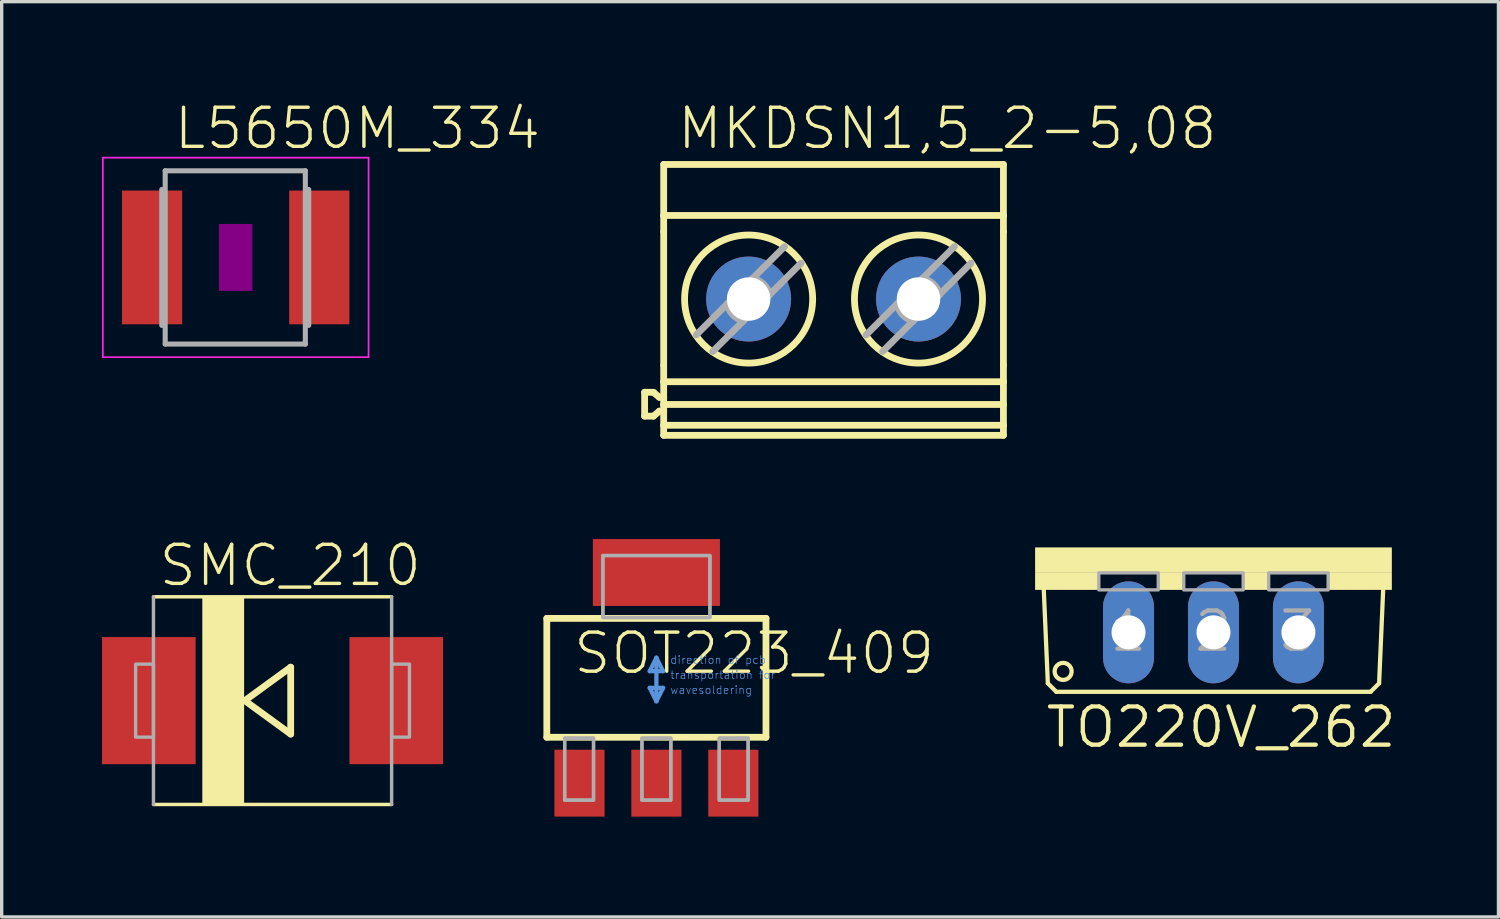
<source format=kicad_pcb>
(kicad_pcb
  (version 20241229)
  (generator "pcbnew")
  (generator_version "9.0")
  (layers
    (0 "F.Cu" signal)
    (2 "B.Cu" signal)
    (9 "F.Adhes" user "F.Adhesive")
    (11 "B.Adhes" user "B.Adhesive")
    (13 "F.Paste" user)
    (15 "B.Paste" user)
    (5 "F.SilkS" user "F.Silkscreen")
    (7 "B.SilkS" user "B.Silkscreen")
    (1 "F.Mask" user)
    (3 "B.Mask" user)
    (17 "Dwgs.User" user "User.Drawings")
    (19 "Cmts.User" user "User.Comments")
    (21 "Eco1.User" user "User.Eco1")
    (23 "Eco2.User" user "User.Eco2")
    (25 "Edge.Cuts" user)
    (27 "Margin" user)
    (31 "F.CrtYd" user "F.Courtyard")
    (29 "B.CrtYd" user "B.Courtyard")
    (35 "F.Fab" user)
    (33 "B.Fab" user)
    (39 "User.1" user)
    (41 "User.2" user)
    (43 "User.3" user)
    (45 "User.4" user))
  (footprint "L5650M_334"
    (layer "F.Cu")
    (at 3.998 4.648)
    (property "Reference" "L5650M_334" (at -1.905 -3.175 0) (unlocked yes) (layer "F.SilkS") (effects (font (size 1.168 1.168) (thickness 0.102)) (justify left bottom)))
    (fp_poly (pts (xy -0.5 1) (xy 0.5 1) (xy 0.5 -1) (xy -0.5 -1)) (stroke (width 0) (type default)) (fill yes) (layer "F.Adhes"))
    (fp_line (start -3.973 -2.983) (end 3.973 -2.983) (stroke (width 0.051) (type solid)) (layer "F.CrtYd"))
    (fp_line (start -3.973 2.983) (end -3.973 -2.983) (stroke (width 0.051) (type solid)) (layer "F.CrtYd"))
    (fp_line (start 3.973 -2.983) (end 3.973 2.983) (stroke (width 0.051) (type solid)) (layer "F.CrtYd"))
    (fp_line (start 3.973 2.983) (end -3.973 2.983) (stroke (width 0.051) (type solid)) (layer "F.CrtYd"))
    (fp_line (start -2.21 -2.032) (end -2.21 2.032) (stroke (width 0.152) (type solid)) (layer "F.Fab"))
    (fp_line (start -2.108 -2.591) (end -2.108 2.591) (stroke (width 0.152) (type solid)) (layer "F.Fab"))
    (fp_line (start -2.108 2.591) (end 2.083 2.591) (stroke (width 0.152) (type solid)) (layer "F.Fab"))
    (fp_line (start 2.083 -2.591) (end -2.108 -2.591) (stroke (width 0.152) (type solid)) (layer "F.Fab"))
    (fp_line (start 2.083 -2.591) (end 2.083 2.591) (stroke (width 0.152) (type solid)) (layer "F.Fab"))
    (fp_line (start 2.184 -2.032) (end 2.184 2.032) (stroke (width 0.152) (type solid)) (layer "F.Fab"))
    (pad "1" smd rect (at -2.5 0) (size 1.8 4) (layers "F.Cu" "F.Mask" "F.Paste"))
    (pad "2" smd rect (at 2.5 0) (size 1.8 4) (layers "F.Cu" "F.Mask" "F.Paste")))
  (footprint "MKDSN1,5_2-5,08"
    (layer "F.Cu")
    (at 21.898 5.918)
    (property "Reference" "MKDSN1,5_2-5,08" (at -4.751 -4.445 0) (unlocked yes) (layer "F.SilkS") (effects (font (size 1.168 1.168) (thickness 0.102)) (justify left bottom)))
    (fp_line (start -5.671 2.763) (end -5.671 3.477) (stroke (width 0.203) (type solid)) (layer "F.SilkS"))
    (fp_line (start -5.671 2.763) (end -5.408 2.763) (stroke (width 0.203) (type solid)) (layer "F.SilkS"))
    (fp_line (start -5.671 3.477) (end -5.408 3.477) (stroke (width 0.203) (type solid)) (layer "F.SilkS"))
    (fp_line (start -5.408 2.763) (end -5.23 2.913) (stroke (width 0.203) (type solid)) (layer "F.SilkS"))
    (fp_line (start -5.23 2.913) (end -5.101 2.913) (stroke (width 0.203) (type solid)) (layer "F.SilkS"))
    (fp_line (start -5.23 3.327) (end -5.408 3.477) (stroke (width 0.203) (type solid)) (layer "F.SilkS"))
    (fp_line (start -5.101 -4.05) (end 5.059 -4.05) (stroke (width 0.203) (type solid)) (layer "F.SilkS"))
    (fp_line (start -5.101 -2.524) (end -5.101 -4.05) (stroke (width 0.203) (type solid)) (layer "F.SilkS"))
    (fp_line (start -5.101 -2.524) (end -5.101 -2.041) (stroke (width 0.203) (type solid)) (layer "F.SilkS"))
    (fp_line (start -5.101 -2.524) (end 5.059 -2.524) (stroke (width 0.203) (type solid)) (layer "F.SilkS"))
    (fp_line (start -5.101 1.956) (end -5.101 -2.041) (stroke (width 0.203) (type solid)) (layer "F.SilkS"))
    (fp_line (start -5.101 1.956) (end -5.101 2.448) (stroke (width 0.203) (type solid)) (layer "F.SilkS"))
    (fp_line (start -5.101 2.913) (end -5.101 2.448) (stroke (width 0.203) (type solid)) (layer "F.SilkS"))
    (fp_line (start -5.101 3.128) (end -5.101 2.913) (stroke (width 0.203) (type solid)) (layer "F.SilkS"))
    (fp_line (start -5.101 3.128) (end 5.059 3.128) (stroke (width 0.203) (type solid)) (layer "F.SilkS"))
    (fp_line (start -5.101 3.327) (end -5.23 3.327) (stroke (width 0.203) (type solid)) (layer "F.SilkS"))
    (fp_line (start -5.101 3.327) (end -5.101 3.128) (stroke (width 0.203) (type solid)) (layer "F.SilkS"))
    (fp_line (start -5.101 3.75) (end -5.101 3.327) (stroke (width 0.203) (type solid)) (layer "F.SilkS"))
    (fp_line (start -5.101 3.75) (end -5.101 4.05) (stroke (width 0.203) (type solid)) (layer "F.SilkS"))
    (fp_line (start -5.101 4.05) (end 5.059 4.05) (stroke (width 0.203) (type solid)) (layer "F.SilkS"))
    (fp_line (start 5.059 -2.524) (end 5.059 -4.05) (stroke (width 0.203) (type solid)) (layer "F.SilkS"))
    (fp_line (start 5.059 -2.524) (end 5.059 -2.041) (stroke (width 0.203) (type solid)) (layer "F.SilkS"))
    (fp_line (start 5.059 1.956) (end 5.059 -2.041) (stroke (width 0.203) (type solid)) (layer "F.SilkS"))
    (fp_line (start 5.059 1.956) (end 5.059 2.448) (stroke (width 0.203) (type solid)) (layer "F.SilkS"))
    (fp_line (start 5.059 2.448) (end -5.101 2.448) (stroke (width 0.203) (type solid)) (layer "F.SilkS"))
    (fp_line (start 5.059 3.128) (end 5.059 2.448) (stroke (width 0.203) (type solid)) (layer "F.SilkS"))
    (fp_line (start 5.059 3.75) (end -5.101 3.75) (stroke (width 0.203) (type solid)) (layer "F.SilkS"))
    (fp_line (start 5.059 3.75) (end 5.059 3.128) (stroke (width 0.203) (type solid)) (layer "F.SilkS"))
    (fp_line (start 5.059 3.75) (end 5.059 4.05) (stroke (width 0.203) (type solid)) (layer "F.SilkS"))
    (fp_circle (center -2.561 -0.025) (end -0.646 -0.025) (stroke (width 0.203) (type solid)) (fill no) (layer "F.SilkS"))
    (fp_circle (center 2.519 -0.025) (end 4.434 -0.025) (stroke (width 0.203) (type solid)) (fill no) (layer "F.SilkS"))
    (fp_line (start -4.129 1.048) (end -3.2 0.119) (stroke (width 0.203) (type solid)) (layer "F.Fab"))
    (fp_line (start -3.2 0.119) (end -2.561 -0.52) (stroke (width 0.203) (type solid)) (layer "F.Fab"))
    (fp_line (start -2.721 0.63) (end -3.634 1.543) (stroke (width 0.203) (type solid)) (layer "F.Fab"))
    (fp_line (start -2.561 -0.52) (end -2.442 -0.639) (stroke (width 0.203) (type solid)) (layer "F.Fab"))
    (fp_line (start -2.561 0.47) (end -2.721 0.63) (stroke (width 0.203) (type solid)) (layer "F.Fab"))
    (fp_line (start -2.442 -0.639) (end -1.488 -1.593) (stroke (width 0.203) (type solid)) (layer "F.Fab"))
    (fp_line (start -1.931 -0.16) (end -2.561 0.47) (stroke (width 0.203) (type solid)) (layer "F.Fab"))
    (fp_line (start -0.993 -1.098) (end -1.931 -0.16) (stroke (width 0.203) (type solid)) (layer "F.Fab"))
    (fp_line (start 0.951 1.048) (end 1.88 0.119) (stroke (width 0.203) (type solid)) (layer "F.Fab"))
    (fp_line (start 1.88 0.119) (end 2.519 -0.52) (stroke (width 0.203) (type solid)) (layer "F.Fab"))
    (fp_line (start 2.359 0.63) (end 1.446 1.543) (stroke (width 0.203) (type solid)) (layer "F.Fab"))
    (fp_line (start 2.519 -0.52) (end 2.638 -0.639) (stroke (width 0.203) (type solid)) (layer "F.Fab"))
    (fp_line (start 2.519 0.47) (end 2.359 0.63) (stroke (width 0.203) (type solid)) (layer "F.Fab"))
    (fp_line (start 2.638 -0.639) (end 3.592 -1.593) (stroke (width 0.203) (type solid)) (layer "F.Fab"))
    (fp_line (start 3.149 -0.16) (end 2.519 0.47) (stroke (width 0.203) (type solid)) (layer "F.Fab"))
    (fp_line (start 4.087 -1.098) (end 3.149 -0.16) (stroke (width 0.203) (type solid)) (layer "F.Fab"))
    (fp_arc (start -2.721099 0.63) (mid -3.035315 0.444537) (end -3.2001 0.119) (stroke (width 0.2032) (type solid)) (layer "F.Fab"))
    (fp_arc (start -2.4421 -0.639) (mid -2.116563 -0.474216) (end -1.9311 -0.16) (stroke (width 0.2032) (type solid)) (layer "F.Fab"))
    (fp_arc (start 2.3589 0.629999) (mid 2.044684 0.444536) (end 1.8799 0.119) (stroke (width 0.2032) (type solid)) (layer "F.Fab"))
    (fp_arc (start 2.6379 -0.639001) (mid 2.963437 -0.474216) (end 3.1489 -0.16) (stroke (width 0.2032) (type solid)) (layer "F.Fab"))
    (pad "1" thru_hole circle (at -2.561 -0.025) (size 2.54 2.54) (drill 1.3) (layers "*.Cu" "*.Mask"))
    (pad "2" thru_hole circle (at 2.519 -0.025) (size 2.54 2.54) (drill 1.3) (layers "*.Cu" "*.Mask")))
  (footprint "TO220V_262"
    (layer "F.Cu")
    (at 33.238 13.32)
    (property "Reference" "TO220V_262" (at -5.08 6.045 0) (unlocked yes) (layer "F.SilkS") (effects (font (size 1.143 1.143) (thickness 0.127)) (justify left bottom)))
    (fp_line (start -4.953 4.064) (end -5.08 1.143) (stroke (width 0.127) (type solid)) (layer "F.SilkS"))
    (fp_line (start -4.953 4.064) (end -4.699 4.318) (stroke (width 0.127) (type solid)) (layer "F.SilkS"))
    (fp_line (start 4.699 4.318) (end -4.699 4.318) (stroke (width 0.127) (type solid)) (layer "F.SilkS"))
    (fp_line (start 4.699 4.318) (end 4.953 4.064) (stroke (width 0.127) (type solid)) (layer "F.SilkS"))
    (fp_line (start 5.08 1.143) (end 4.953 4.064) (stroke (width 0.127) (type solid)) (layer "F.SilkS"))
    (fp_circle (center -4.496 3.708) (end -4.242 3.708) (stroke (width 0.127) (type solid)) (fill no) (layer "F.SilkS"))
    (fp_poly (pts (xy -5.334 0.762) (xy 5.334 0.762) (xy 5.334 0) (xy -5.334 0)) (stroke (width 0) (type default)) (fill yes) (layer "F.SilkS"))
    (fp_poly (pts (xy -5.334 1.27) (xy -3.429 1.27) (xy -3.429 0.762) (xy -5.334 0.762)) (stroke (width 0) (type default)) (fill yes) (layer "F.SilkS"))
    (fp_poly (pts (xy -1.651 1.27) (xy -0.889 1.27) (xy -0.889 0.762) (xy -1.651 0.762)) (stroke (width 0) (type default)) (fill yes) (layer "F.SilkS"))
    (fp_poly (pts (xy 0.889 1.27) (xy 1.651 1.27) (xy 1.651 0.762) (xy 0.889 0.762)) (stroke (width 0) (type default)) (fill yes) (layer "F.SilkS"))
    (fp_poly (pts (xy 3.429 1.27) (xy 5.334 1.27) (xy 5.334 0.762) (xy 3.429 0.762)) (stroke (width 0) (type default)) (fill yes) (layer "F.SilkS"))
    (fp_poly (pts (xy -3.429 1.27) (xy -1.651 1.27) (xy -1.651 0.762) (xy -3.429 0.762)) (stroke (width 0.1) (type default)) (fill no) (layer "F.Fab"))
    (fp_poly (pts (xy -0.889 1.27) (xy 0.889 1.27) (xy 0.889 0.762) (xy -0.889 0.762)) (stroke (width 0.1) (type default)) (fill no) (layer "F.Fab"))
    (fp_poly (pts (xy 1.651 1.27) (xy 3.429 1.27) (xy 3.429 0.762) (xy 1.651 0.762)) (stroke (width 0.1) (type default)) (fill no) (layer "F.Fab"))
    (fp_text user "1" (at -3.175 3.175 0) (unlocked yes) (layer "F.Fab") (effects (font (size 1.143 1.143) (thickness 0.127)) (justify left bottom)))
    (fp_text user "2" (at -0.635 3.175 0) (unlocked yes) (layer "F.Fab") (effects (font (size 1.143 1.143) (thickness 0.127)) (justify left bottom)))
    (fp_text user "3" (at 1.905 3.175 0) (unlocked yes) (layer "F.Fab") (effects (font (size 1.143 1.143) (thickness 0.127)) (justify left bottom)))
    (pad "1" thru_hole oval (at -2.54 2.54 90) (size 3.048 1.524) (drill 1.016) (layers "*.Cu" "*.Mask"))
    (pad "2" thru_hole oval (at 0 2.54 90) (size 3.048 1.524) (drill 1.016) (layers "*.Cu" "*.Mask"))
    (pad "3" thru_hole oval (at 2.54 2.54 90) (size 3.048 1.524) (drill 1.016) (layers "*.Cu" "*.Mask")))
  (footprint "SMC_210"
    (layer "F.Cu")
    (at 5.1 17.902)
    (property "Reference" "SMC_210" (at -3.459 -3.359 0) (unlocked yes) (layer "F.SilkS") (effects (font (size 1.168 1.168) (thickness 0.102)) (justify left bottom)))
    (fp_line (start -3.561 -3.105) (end 3.561 -3.105) (stroke (width 0.102) (type solid)) (layer "F.SilkS"))
    (fp_line (start -3.561 3.105) (end 3.561 3.105) (stroke (width 0.102) (type solid)) (layer "F.SilkS"))
    (fp_line (start -0.83 0) (end 0.543 1) (stroke (width 0.203) (type solid)) (layer "F.SilkS"))
    (fp_line (start 0.543 -1) (end -0.83 0) (stroke (width 0.203) (type solid)) (layer "F.SilkS"))
    (fp_line (start 0.543 1) (end 0.543 -1) (stroke (width 0.203) (type solid)) (layer "F.SilkS"))
    (fp_poly (pts (xy -2.1 3.1) (xy -0.85 3.1) (xy -0.85 -3.1) (xy -2.1 -3.1)) (stroke (width 0) (type default)) (fill yes) (layer "F.SilkS"))
    (fp_line (start -3.561 3.105) (end -3.561 -3.105) (stroke (width 0.102) (type solid)) (layer "F.Fab"))
    (fp_line (start 3.561 3.105) (end 3.561 -3.105) (stroke (width 0.102) (type solid)) (layer "F.Fab"))
    (fp_poly (pts (xy -4.094 1.092) (xy -3.561 1.092) (xy -3.561 -1.092) (xy -4.094 -1.092)) (stroke (width 0.1) (type default)) (fill no) (layer "F.Fab"))
    (fp_poly (pts (xy 3.561 1.092) (xy 4.094 1.092) (xy 4.094 -1.092) (xy 3.561 -1.092)) (stroke (width 0.1) (type default)) (fill no) (layer "F.Fab"))
    (pad "A" smd rect (at 3.7 0) (size 2.8 3.8) (layers "F.Cu" "F.Mask" "F.Paste"))
    (pad "C" smd rect (at -3.7 0) (size 2.8 3.8) (layers "F.Cu" "F.Mask" "F.Paste")))
  (footprint "SOT223_409"
    (layer "F.Cu")
    (at 16.579 17.22)
    (property "Reference" "SOT223_409" (at -2.54 -0.051 0) (unlocked yes) (layer "F.SilkS") (effects (font (size 1.168 1.168) (thickness 0.102)) (justify left bottom)))
    (fp_line (start -3.277 -1.778) (end 3.277 -1.778) (stroke (width 0.203) (type solid)) (layer "F.SilkS"))
    (fp_line (start -3.277 1.778) (end -3.277 -1.778) (stroke (width 0.203) (type solid)) (layer "F.SilkS"))
    (fp_line (start 3.277 -1.778) (end 3.277 1.778) (stroke (width 0.203) (type solid)) (layer "F.SilkS"))
    (fp_line (start 3.277 1.778) (end -3.277 1.778) (stroke (width 0.203) (type solid)) (layer "F.SilkS"))
    (fp_line (start -0.2 -0.2) (end 0.2 -0.2) (stroke (width 0.127) (type solid)) (layer "Cmts.User"))
    (fp_line (start -0.2 0.3) (end 0 0.7) (stroke (width 0.127) (type solid)) (layer "Cmts.User"))
    (fp_line (start 0 -0.6) (end -0.2 -0.2) (stroke (width 0.127) (type solid)) (layer "Cmts.User"))
    (fp_line (start 0 0.7) (end 0 -0.6) (stroke (width 0.127) (type solid)) (layer "Cmts.User"))
    (fp_line (start 0 0.7) (end 0.2 0.3) (stroke (width 0.127) (type solid)) (layer "Cmts.User"))
    (fp_line (start 0.2 -0.2) (end 0 -0.6) (stroke (width 0.127) (type solid)) (layer "Cmts.User"))
    (fp_line (start 0.2 0.3) (end -0.2 0.3) (stroke (width 0.127) (type solid)) (layer "Cmts.User"))
    (fp_poly (pts (xy -2.743 1.803) (xy -2.743 3.658) (xy -1.88 3.658) (xy -1.88 1.803)) (stroke (width 0.1) (type default)) (fill no) (layer "F.Fab"))
    (fp_poly (pts (xy -2.743 1.803) (xy -2.743 3.658) (xy -1.88 3.658) (xy -1.88 1.803)) (stroke (width 0.1) (type default)) (fill no) (layer "F.Fab"))
    (fp_poly (pts (xy -1.6 -3.658) (xy -1.6 -1.803) (xy 1.6 -1.803) (xy 1.6 -3.658)) (stroke (width 0.1) (type default)) (fill no) (layer "F.Fab"))
    (fp_poly (pts (xy -1.6 -3.658) (xy -1.6 -1.803) (xy 1.6 -1.803) (xy 1.6 -3.658)) (stroke (width 0.1) (type default)) (fill no) (layer "F.Fab"))
    (fp_poly (pts (xy -0.432 1.803) (xy -0.432 3.658) (xy 0.432 3.658) (xy 0.432 1.803)) (stroke (width 0.1) (type default)) (fill no) (layer "F.Fab"))
    (fp_poly (pts (xy -0.432 1.803) (xy -0.432 3.658) (xy 0.432 3.658) (xy 0.432 1.803)) (stroke (width 0.1) (type default)) (fill no) (layer "F.Fab"))
    (fp_poly (pts (xy 1.88 1.803) (xy 1.88 3.658) (xy 2.743 3.658) (xy 2.743 1.803)) (stroke (width 0.1) (type default)) (fill no) (layer "F.Fab"))
    (fp_poly (pts (xy 1.88 1.803) (xy 1.88 3.658) (xy 2.743 3.658) (xy 2.743 1.803)) (stroke (width 0.1) (type default)) (fill no) (layer "F.Fab"))
    (fp_text user "direction of pcb" (at 0.4 -0.4 0) (unlocked yes) (layer "Cmts.User") (effects (font (size 0.234 0.234) (thickness 0.02)) (justify left bottom)))
    (fp_text user "transportation for" (at 0.4 0.05 0) (unlocked yes) (layer "Cmts.User") (effects (font (size 0.234 0.234) (thickness 0.02)) (justify left bottom)))
    (fp_text user "wavesoldering" (at 0.4 0.5 0) (unlocked yes) (layer "Cmts.User") (effects (font (size 0.234 0.234) (thickness 0.02)) (justify left bottom)))
    (pad "1" smd rect (at -2.3 3.15) (size 1.5 2) (layers "F.Cu" "F.Mask" "F.Paste"))
    (pad "2" smd rect (at 0 3.15) (size 1.5 2) (layers "F.Cu" "F.Mask" "F.Paste"))
    (pad "3" smd rect (at 2.3 3.15) (size 1.5 2) (layers "F.Cu" "F.Mask" "F.Paste"))
    (pad "4" smd rect (at 0 -3.15) (size 3.8 2) (layers "F.Cu" "F.Mask" "F.Paste")))
  (gr_rect
    (start -3 -3)
    (end 41.76 24.37)
    (stroke (width 0.1) (type default))
    (fill no)
    (layer "Edge.Cuts")))
</source>
